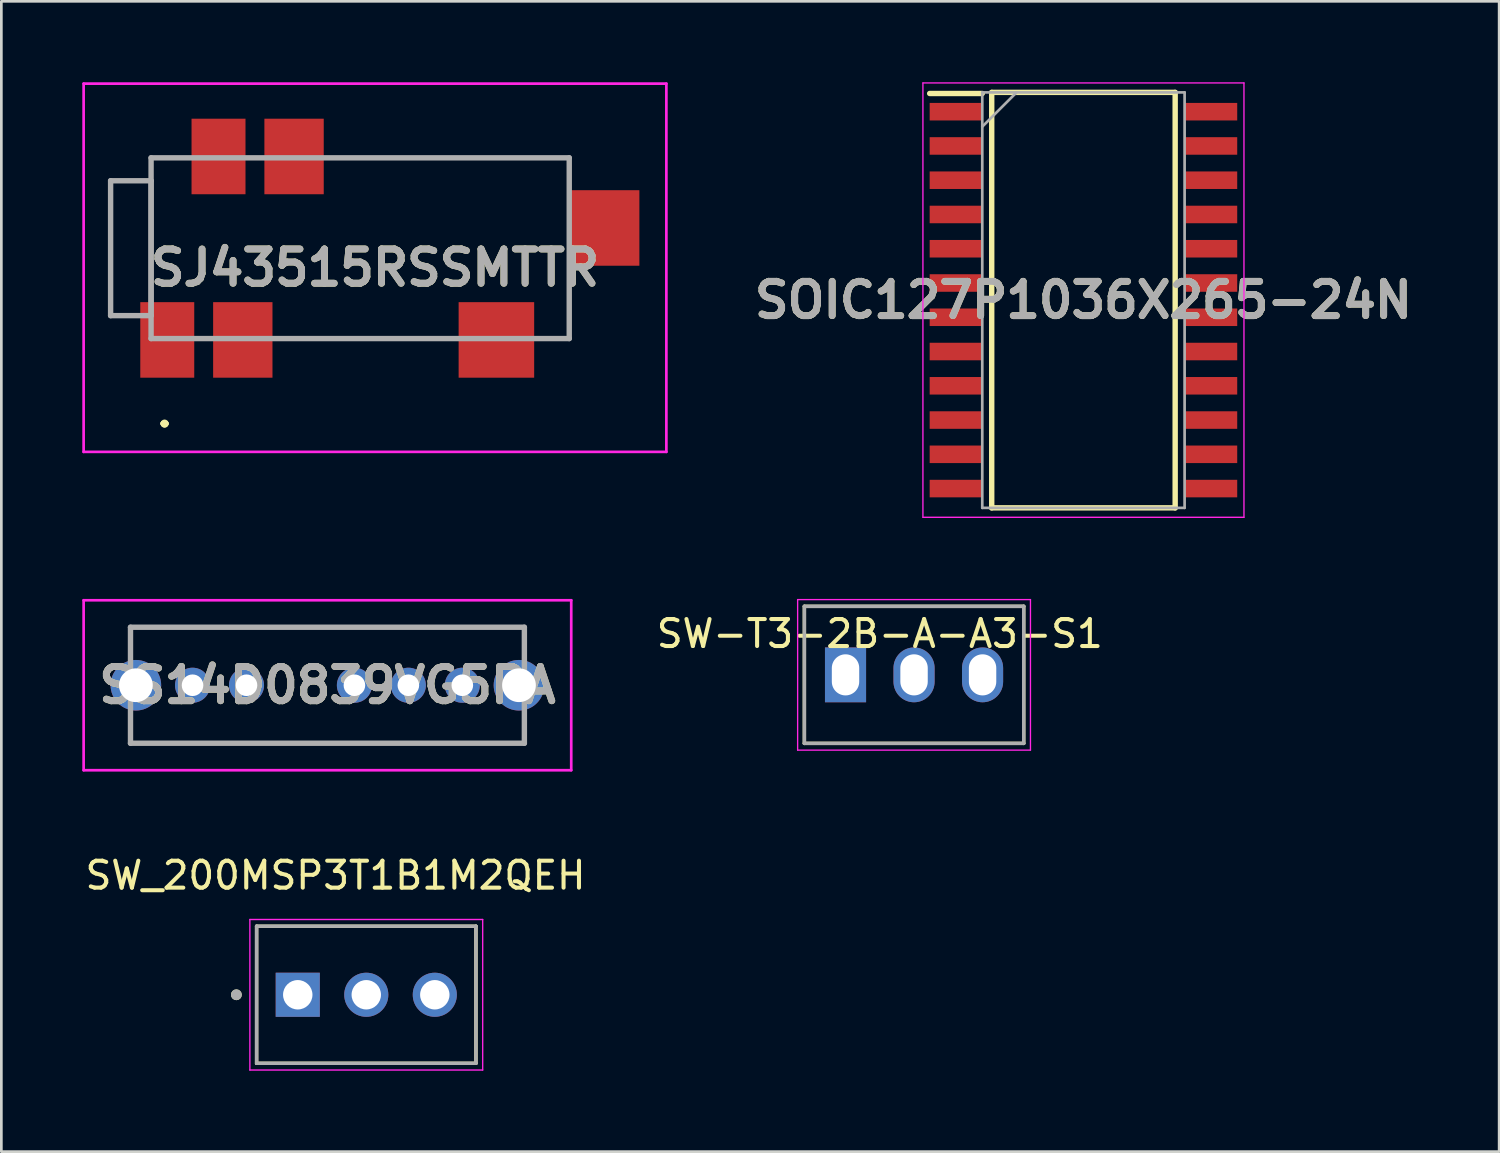
<source format=kicad_pcb>
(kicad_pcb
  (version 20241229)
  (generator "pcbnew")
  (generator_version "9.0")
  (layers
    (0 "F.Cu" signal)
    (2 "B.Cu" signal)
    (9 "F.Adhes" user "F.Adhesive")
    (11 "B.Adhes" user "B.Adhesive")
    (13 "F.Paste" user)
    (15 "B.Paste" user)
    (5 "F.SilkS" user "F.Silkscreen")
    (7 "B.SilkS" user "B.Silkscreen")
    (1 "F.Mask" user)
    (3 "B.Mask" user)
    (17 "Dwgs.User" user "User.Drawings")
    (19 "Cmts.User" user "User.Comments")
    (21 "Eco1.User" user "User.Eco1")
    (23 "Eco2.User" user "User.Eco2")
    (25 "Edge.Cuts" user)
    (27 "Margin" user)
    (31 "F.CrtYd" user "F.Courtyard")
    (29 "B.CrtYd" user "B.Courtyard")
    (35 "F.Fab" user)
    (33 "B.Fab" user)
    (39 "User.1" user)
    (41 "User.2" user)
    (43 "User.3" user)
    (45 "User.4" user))
  (footprint "SW_200MSP3T1B1M2QEH"
    (layer "F.Cu")
    (at 10.527 33.823)
    (property "Reference" "SW_200MSP3T1B1M2QEH" (at -1.14 -4.425 0) (layer "F.SilkS") (effects (font (size 1 1) (thickness 0.15))))
    (attr through_hole)
    (fp_line (start -4.065 -2.54) (end 4.065 -2.54) (stroke (width 0.127) (type solid)) (layer "F.SilkS"))
    (fp_line (start -4.065 2.54) (end -4.065 -2.54) (stroke (width 0.127) (type solid)) (layer "F.SilkS"))
    (fp_line (start 4.065 2.54) (end -4.065 2.54) (stroke (width 0.127) (type solid)) (layer "F.SilkS"))
    (fp_line (start 4.065 2.54) (end 4.065 -2.54) (stroke (width 0.127) (type solid)) (layer "F.SilkS"))
    (fp_circle (center -4.815 0) (end -4.715 0) (stroke (width 0.2) (type solid)) (fill no) (layer "F.SilkS"))
    (fp_line (start -4.315 -2.79) (end -4.315 2.79) (stroke (width 0.05) (type solid)) (layer "F.CrtYd"))
    (fp_line (start -4.315 2.79) (end 4.315 2.79) (stroke (width 0.05) (type solid)) (layer "F.CrtYd"))
    (fp_line (start 4.315 -2.79) (end -4.315 -2.79) (stroke (width 0.05) (type solid)) (layer "F.CrtYd"))
    (fp_line (start 4.315 2.79) (end 4.315 -2.79) (stroke (width 0.05) (type solid)) (layer "F.CrtYd"))
    (fp_line (start -4.065 -2.54) (end 4.065 -2.54) (stroke (width 0.127) (type solid)) (layer "F.Fab"))
    (fp_line (start -4.065 2.54) (end -4.065 -2.54) (stroke (width 0.127) (type solid)) (layer "F.Fab"))
    (fp_line (start 4.065 -2.54) (end 4.065 2.54) (stroke (width 0.127) (type solid)) (layer "F.Fab"))
    (fp_line (start 4.065 2.54) (end -4.065 2.54) (stroke (width 0.127) (type solid)) (layer "F.Fab"))
    (fp_circle (center -4.815 0) (end -4.715 0) (stroke (width 0.2) (type solid)) (fill no) (layer "F.Fab"))
    (pad "1" thru_hole rect (at -2.54 0) (size 1.635 1.635) (drill 1.09) (layers "*.Cu" "*.Mask"))
    (pad "2" thru_hole circle (at 0 0) (size 1.635 1.635) (drill 1.09) (layers "*.Cu" "*.Mask"))
    (pad "3" thru_hole circle (at 2.54 0) (size 1.635 1.635) (drill 1.09) (layers "*.Cu" "*.Mask")))
  (footprint "SJ43515RSSMTTR"
    (layer "F.Cu")
    (at 10.85 6.15)
    (property "Reference" "SJ43515RSSMTTR" (at 0 0.725 0) (layer "F.SilkS") (effects (font (size 1.27 1.27) (thickness 0.254))))
    (attr smd)
    (fp_line (start -9.8 -2.5) (end -9.8 -2.5) (stroke (width 0.1) (type solid)) (layer "F.SilkS"))
    (fp_line (start -9.8 -2.5) (end -9.8 -2.5) (stroke (width 0.1) (type solid)) (layer "F.SilkS"))
    (fp_line (start -9.8 -2.5) (end -9.8 2.5) (stroke (width 0.1) (type solid)) (layer "F.SilkS"))
    (fp_line (start -9.8 -2.5) (end -8.3 -2.5) (stroke (width 0.1) (type solid)) (layer "F.SilkS"))
    (fp_line (start -9.8 2.5) (end -9.8 -2.5) (stroke (width 0.1) (type solid)) (layer "F.SilkS"))
    (fp_line (start -9.8 2.5) (end -9.8 2.5) (stroke (width 0.1) (type solid)) (layer "F.SilkS"))
    (fp_line (start -8.3 -3.35) (end -8.3 -3.35) (stroke (width 0.1) (type solid)) (layer "F.SilkS"))
    (fp_line (start -8.3 -3.35) (end -8.3 1.5) (stroke (width 0.1) (type solid)) (layer "F.SilkS"))
    (fp_line (start -8.3 -2.5) (end -9.8 -2.5) (stroke (width 0.1) (type solid)) (layer "F.SilkS"))
    (fp_line (start -8.3 -2.5) (end -8.3 -2.5) (stroke (width 0.1) (type solid)) (layer "F.SilkS"))
    (fp_line (start -8.3 1.5) (end -8.3 -3.35) (stroke (width 0.1) (type solid)) (layer "F.SilkS"))
    (fp_line (start -8.3 1.5) (end -8.3 1.5) (stroke (width 0.1) (type solid)) (layer "F.SilkS"))
    (fp_line (start -7.85 6.5) (end -7.85 6.5) (stroke (width 0.2) (type solid)) (layer "F.SilkS"))
    (fp_line (start -7.85 6.5) (end -7.85 6.5) (stroke (width 0.2) (type solid)) (layer "F.SilkS"))
    (fp_line (start -7.75 6.5) (end -7.75 6.5) (stroke (width 0.2) (type solid)) (layer "F.SilkS"))
    (fp_line (start -2.55 3.35) (end -2.55 3.35) (stroke (width 0.1) (type solid)) (layer "F.SilkS"))
    (fp_line (start -2.55 3.35) (end 2.2 3.35) (stroke (width 0.1) (type solid)) (layer "F.SilkS"))
    (fp_line (start -0.8 -3.35) (end -0.8 -3.35) (stroke (width 0.1) (type solid)) (layer "F.SilkS"))
    (fp_line (start -0.8 -3.35) (end 7.2 -3.35) (stroke (width 0.1) (type solid)) (layer "F.SilkS"))
    (fp_line (start 2.2 3.35) (end -2.55 3.35) (stroke (width 0.1) (type solid)) (layer "F.SilkS"))
    (fp_line (start 2.2 3.35) (end 2.2 3.35) (stroke (width 0.1) (type solid)) (layer "F.SilkS"))
    (fp_line (start 7.2 -3.35) (end -0.8 -3.35) (stroke (width 0.1) (type solid)) (layer "F.SilkS"))
    (fp_line (start 7.2 -3.35) (end 7.2 -3.35) (stroke (width 0.1) (type solid)) (layer "F.SilkS"))
    (fp_line (start 7.2 1.5) (end 7.2 1.5) (stroke (width 0.1) (type solid)) (layer "F.SilkS"))
    (fp_line (start 7.2 1.5) (end 7.2 3.35) (stroke (width 0.1) (type solid)) (layer "F.SilkS"))
    (fp_line (start 7.2 3.35) (end 7.2 1.5) (stroke (width 0.1) (type solid)) (layer "F.SilkS"))
    (fp_line (start 7.2 3.35) (end 7.2 3.35) (stroke (width 0.1) (type solid)) (layer "F.SilkS"))
    (fp_arc (start -7.85 6.5) (mid -7.8 6.45) (end -7.75 6.5) (stroke (width 0.2) (type solid)) (layer "F.SilkS"))
    (fp_arc (start -7.75 6.5) (mid -7.8 6.55) (end -7.85 6.5) (stroke (width 0.2) (type solid)) (layer "F.SilkS"))
    (fp_arc (start -7.75 6.5) (mid -7.8 6.55) (end -7.85 6.5) (stroke (width 0.2) (type solid)) (layer "F.SilkS"))
    (fp_line (start -10.8 -6.1) (end 10.8 -6.1) (stroke (width 0.1) (type solid)) (layer "F.CrtYd"))
    (fp_line (start -10.8 7.55) (end -10.8 -6.1) (stroke (width 0.1) (type solid)) (layer "F.CrtYd"))
    (fp_line (start 10.8 -6.1) (end 10.8 7.55) (stroke (width 0.1) (type solid)) (layer "F.CrtYd"))
    (fp_line (start 10.8 7.55) (end -10.8 7.55) (stroke (width 0.1) (type solid)) (layer "F.CrtYd"))
    (fp_line (start -9.8 -2.5) (end -9.8 2.5) (stroke (width 0.2) (type solid)) (layer "F.Fab"))
    (fp_line (start -9.8 2.5) (end -8.3 2.5) (stroke (width 0.2) (type solid)) (layer "F.Fab"))
    (fp_line (start -8.3 -3.35) (end -8.3 3.35) (stroke (width 0.2) (type solid)) (layer "F.Fab"))
    (fp_line (start -8.3 -2.5) (end -9.8 -2.5) (stroke (width 0.2) (type solid)) (layer "F.Fab"))
    (fp_line (start -8.3 2.5) (end -8.3 -2.5) (stroke (width 0.2) (type solid)) (layer "F.Fab"))
    (fp_line (start -8.3 3.35) (end 7.2 3.35) (stroke (width 0.2) (type solid)) (layer "F.Fab"))
    (fp_line (start 7.2 -3.35) (end -8.3 -3.35) (stroke (width 0.2) (type solid)) (layer "F.Fab"))
    (fp_line (start 7.2 3.35) (end 7.2 -3.35) (stroke (width 0.2) (type solid)) (layer "F.Fab"))
    (fp_text user "${REFERENCE}" (at 0 0.725 0) (layer "F.Fab") (effects (font (size 1.27 1.27) (thickness 0.254))))
    (pad "" np_thru_hole circle (at -3.8 0) (size 0.001 0.001) (drill 1.7) (layers "*.Cu" "*.Mask"))
    (pad "" np_thru_hole circle (at 3.2 0) (size 0.001 0.001) (drill 1.7) (layers "*.Cu" "*.Mask"))
    (pad "1" smd rect (at -7.7 3.4) (size 2 2.8) (layers "F.Cu" "F.Mask" "F.Paste"))
    (pad "2" smd rect (at 4.5 3.4 90) (size 2.8 2.8) (layers "F.Cu" "F.Mask" "F.Paste"))
    (pad "3" smd rect (at -3 -3.4) (size 2.2 2.8) (layers "F.Cu" "F.Mask" "F.Paste"))
    (pad "4" smd rect (at -4.9 3.4) (size 2.2 2.8) (layers "F.Cu" "F.Mask" "F.Paste"))
    (pad "5" smd rect (at 8.5 -0.75) (size 2.6 2.8) (layers "F.Cu" "F.Mask" "F.Paste"))
    (pad "6" smd rect (at -5.8 -3.4) (size 2 2.8) (layers "F.Cu" "F.Mask" "F.Paste")))
  (footprint "SS14D0839VG5PA"
    (layer "F.Cu")
    (at 4.087 22.35)
    (property "Reference" "SS14D0839VG5PA" (at 5 0 0) (layer "F.SilkS") (effects (font (size 1.27 1.27) (thickness 0.254))))
    (attr through_hole)
    (fp_line (start -2.3 -2.15) (end 12.3 -2.15) (stroke (width 0.1) (type solid)) (layer "F.SilkS"))
    (fp_line (start -2.1 2.15) (end 12.1 2.15) (stroke (width 0.1) (type solid)) (layer "F.SilkS"))
    (fp_line (start -4.037 -3.15) (end 14.037 -3.15) (stroke (width 0.1) (type solid)) (layer "F.CrtYd"))
    (fp_line (start -4.037 3.15) (end -4.037 -3.15) (stroke (width 0.1) (type solid)) (layer "F.CrtYd"))
    (fp_line (start 14.037 -3.15) (end 14.037 3.15) (stroke (width 0.1) (type solid)) (layer "F.CrtYd"))
    (fp_line (start 14.037 3.15) (end -4.037 3.15) (stroke (width 0.1) (type solid)) (layer "F.CrtYd"))
    (fp_line (start -2.3 -2.15) (end 12.3 -2.15) (stroke (width 0.2) (type solid)) (layer "F.Fab"))
    (fp_line (start -2.3 2.15) (end -2.3 -2.15) (stroke (width 0.2) (type solid)) (layer "F.Fab"))
    (fp_line (start 12.3 -2.15) (end 12.3 2.15) (stroke (width 0.2) (type solid)) (layer "F.Fab"))
    (fp_line (start 12.3 2.15) (end -2.3 2.15) (stroke (width 0.2) (type solid)) (layer "F.Fab"))
    (fp_text user "${REFERENCE}" (at 5 0 0) (layer "F.Fab") (effects (font (size 1.27 1.27) (thickness 0.254))))
    (pad "1" thru_hole circle (at 0 0) (size 1.3 1.3) (drill 0.8) (layers "*.Cu" "*.Mask"))
    (pad "2" thru_hole circle (at 2 0) (size 1.3 1.3) (drill 0.8) (layers "*.Cu" "*.Mask"))
    (pad "3" thru_hole circle (at 6 0) (size 1.3 1.3) (drill 0.8) (layers "*.Cu" "*.Mask"))
    (pad "4" thru_hole circle (at 8 0) (size 1.3 1.3) (drill 0.8) (layers "*.Cu" "*.Mask"))
    (pad "5" thru_hole circle (at 10 0) (size 1.3 1.3) (drill 0.8) (layers "*.Cu" "*.Mask"))
    (pad "MH1" thru_hole circle (at -2.1 0) (size 1.875 1.875) (drill 1.25) (layers "*.Cu" "*.Mask"))
    (pad "MH2" thru_hole circle (at 12.1 0) (size 1.875 1.875) (drill 1.25) (layers "*.Cu" "*.Mask")))
  (footprint "SW-T3-2B-A-A3-S1"
    (layer "F.Cu")
    (at 30.831 21.965)
    (property "Reference" "SW-T3-2B-A-A3-S1" (at -1.27 -1.524 0) (layer "F.SilkS") (effects (font (size 1 1) (thickness 0.15))))
    (attr through_hole)
    (fp_line (start -4.065 -2.54) (end 4.065 -2.54) (stroke (width 0.127) (type solid)) (layer "F.SilkS"))
    (fp_line (start -4.065 2.54) (end -4.065 -2.54) (stroke (width 0.127) (type solid)) (layer "F.SilkS"))
    (fp_line (start 4.065 2.54) (end -4.065 2.54) (stroke (width 0.127) (type solid)) (layer "F.SilkS"))
    (fp_line (start 4.065 2.54) (end 4.065 -2.54) (stroke (width 0.127) (type solid)) (layer "F.SilkS"))
    (fp_line (start -4.315 -2.79) (end -4.315 2.79) (stroke (width 0.05) (type solid)) (layer "F.CrtYd"))
    (fp_line (start -4.315 2.79) (end 4.315 2.79) (stroke (width 0.05) (type solid)) (layer "F.CrtYd"))
    (fp_line (start 4.315 -2.79) (end -4.315 -2.79) (stroke (width 0.05) (type solid)) (layer "F.CrtYd"))
    (fp_line (start 4.315 2.79) (end 4.315 -2.79) (stroke (width 0.05) (type solid)) (layer "F.CrtYd"))
    (fp_line (start -4.065 -2.54) (end 4.065 -2.54) (stroke (width 0.127) (type solid)) (layer "F.Fab"))
    (fp_line (start -4.065 2.54) (end -4.065 -2.54) (stroke (width 0.127) (type solid)) (layer "F.Fab"))
    (fp_line (start 4.065 -2.54) (end 4.065 2.54) (stroke (width 0.127) (type solid)) (layer "F.Fab"))
    (fp_line (start 4.065 2.54) (end -4.065 2.54) (stroke (width 0.127) (type solid)) (layer "F.Fab"))
    (pad "1" thru_hole rect (at -2.54 0) (size 1.524 2.032) (drill oval 1.016 1.524) (layers "*.Cu" "*.Mask"))
    (pad "2" thru_hole oval (at 0 0) (size 1.524 2.032) (drill oval 1.016 1.524) (layers "*.Cu" "*.Mask"))
    (pad "3" thru_hole oval (at 2.54 0) (size 1.524 2.032) (drill oval 1.016 1.524) (layers "*.Cu" "*.Mask")))
  (footprint "SOIC127P1036X265-24N"
    (layer "F.Cu")
    (at 37.11 8.075)
    (property "Reference" "SOIC127P1036X265-24N" (at 0 0 0) (layer "F.SilkS") (effects (font (size 1.27 1.27) (thickness 0.254))))
    (attr smd)
    (fp_line (start -5.7 -7.66) (end -3.75 -7.66) (stroke (width 0.2) (type solid)) (layer "F.SilkS"))
    (fp_line (start -3.4 -7.7) (end 3.4 -7.7) (stroke (width 0.2) (type solid)) (layer "F.SilkS"))
    (fp_line (start -3.4 7.7) (end -3.4 -7.7) (stroke (width 0.2) (type solid)) (layer "F.SilkS"))
    (fp_line (start 3.4 -7.7) (end 3.4 7.7) (stroke (width 0.2) (type solid)) (layer "F.SilkS"))
    (fp_line (start 3.4 7.7) (end -3.4 7.7) (stroke (width 0.2) (type solid)) (layer "F.SilkS"))
    (fp_line (start -5.95 -8.05) (end 5.95 -8.05) (stroke (width 0.05) (type solid)) (layer "F.CrtYd"))
    (fp_line (start -5.95 8.05) (end -5.95 -8.05) (stroke (width 0.05) (type solid)) (layer "F.CrtYd"))
    (fp_line (start 5.95 -8.05) (end 5.95 8.05) (stroke (width 0.05) (type solid)) (layer "F.CrtYd"))
    (fp_line (start 5.95 8.05) (end -5.95 8.05) (stroke (width 0.05) (type solid)) (layer "F.CrtYd"))
    (fp_line (start -3.75 -7.7) (end 3.75 -7.7) (stroke (width 0.1) (type solid)) (layer "F.Fab"))
    (fp_line (start -3.75 -6.43) (end -2.48 -7.7) (stroke (width 0.1) (type solid)) (layer "F.Fab"))
    (fp_line (start -3.75 7.7) (end -3.75 -7.7) (stroke (width 0.1) (type solid)) (layer "F.Fab"))
    (fp_line (start 3.75 -7.7) (end 3.75 7.7) (stroke (width 0.1) (type solid)) (layer "F.Fab"))
    (fp_line (start 3.75 7.7) (end -3.75 7.7) (stroke (width 0.1) (type solid)) (layer "F.Fab"))
    (fp_text user "${REFERENCE}" (at 0 0 0) (layer "F.Fab") (effects (font (size 1.27 1.27) (thickness 0.254))))
    (pad "1" smd rect (at -4.725 -6.985 90) (size 0.65 1.95) (layers "F.Cu" "F.Mask" "F.Paste"))
    (pad "2" smd rect (at -4.725 -5.715 90) (size 0.65 1.95) (layers "F.Cu" "F.Mask" "F.Paste"))
    (pad "3" smd rect (at -4.725 -4.445 90) (size 0.65 1.95) (layers "F.Cu" "F.Mask" "F.Paste"))
    (pad "4" smd rect (at -4.725 -3.175 90) (size 0.65 1.95) (layers "F.Cu" "F.Mask" "F.Paste"))
    (pad "5" smd rect (at -4.725 -1.905 90) (size 0.65 1.95) (layers "F.Cu" "F.Mask" "F.Paste"))
    (pad "6" smd rect (at -4.725 -0.635 90) (size 0.65 1.95) (layers "F.Cu" "F.Mask" "F.Paste"))
    (pad "7" smd rect (at -4.725 0.635 90) (size 0.65 1.95) (layers "F.Cu" "F.Mask" "F.Paste"))
    (pad "8" smd rect (at -4.725 1.905 90) (size 0.65 1.95) (layers "F.Cu" "F.Mask" "F.Paste"))
    (pad "9" smd rect (at -4.725 3.175 90) (size 0.65 1.95) (layers "F.Cu" "F.Mask" "F.Paste"))
    (pad "10" smd rect (at -4.725 4.445 90) (size 0.65 1.95) (layers "F.Cu" "F.Mask" "F.Paste"))
    (pad "11" smd rect (at -4.725 5.715 90) (size 0.65 1.95) (layers "F.Cu" "F.Mask" "F.Paste"))
    (pad "12" smd rect (at -4.725 6.985 90) (size 0.65 1.95) (layers "F.Cu" "F.Mask" "F.Paste"))
    (pad "13" smd rect (at 4.725 6.985 90) (size 0.65 1.95) (layers "F.Cu" "F.Mask" "F.Paste"))
    (pad "14" smd rect (at 4.725 5.715 90) (size 0.65 1.95) (layers "F.Cu" "F.Mask" "F.Paste"))
    (pad "15" smd rect (at 4.725 4.445 90) (size 0.65 1.95) (layers "F.Cu" "F.Mask" "F.Paste"))
    (pad "16" smd rect (at 4.725 3.175 90) (size 0.65 1.95) (layers "F.Cu" "F.Mask" "F.Paste"))
    (pad "17" smd rect (at 4.725 1.905 90) (size 0.65 1.95) (layers "F.Cu" "F.Mask" "F.Paste"))
    (pad "18" smd rect (at 4.725 0.635 90) (size 0.65 1.95) (layers "F.Cu" "F.Mask" "F.Paste"))
    (pad "19" smd rect (at 4.725 -0.635 90) (size 0.65 1.95) (layers "F.Cu" "F.Mask" "F.Paste"))
    (pad "20" smd rect (at 4.725 -1.905 90) (size 0.65 1.95) (layers "F.Cu" "F.Mask" "F.Paste"))
    (pad "21" smd rect (at 4.725 -3.175 90) (size 0.65 1.95) (layers "F.Cu" "F.Mask" "F.Paste"))
    (pad "22" smd rect (at 4.725 -4.445 90) (size 0.65 1.95) (layers "F.Cu" "F.Mask" "F.Paste"))
    (pad "23" smd rect (at 4.725 -5.715 90) (size 0.65 1.95) (layers "F.Cu" "F.Mask" "F.Paste"))
    (pad "24" smd rect (at 4.725 -6.985 90) (size 0.65 1.95) (layers "F.Cu" "F.Mask" "F.Paste")))
  (gr_rect
    (start -3 -3)
    (end 52.519 39.638)
    (stroke (width 0.1) (type default))
    (fill no)
    (layer "Edge.Cuts")))
</source>
